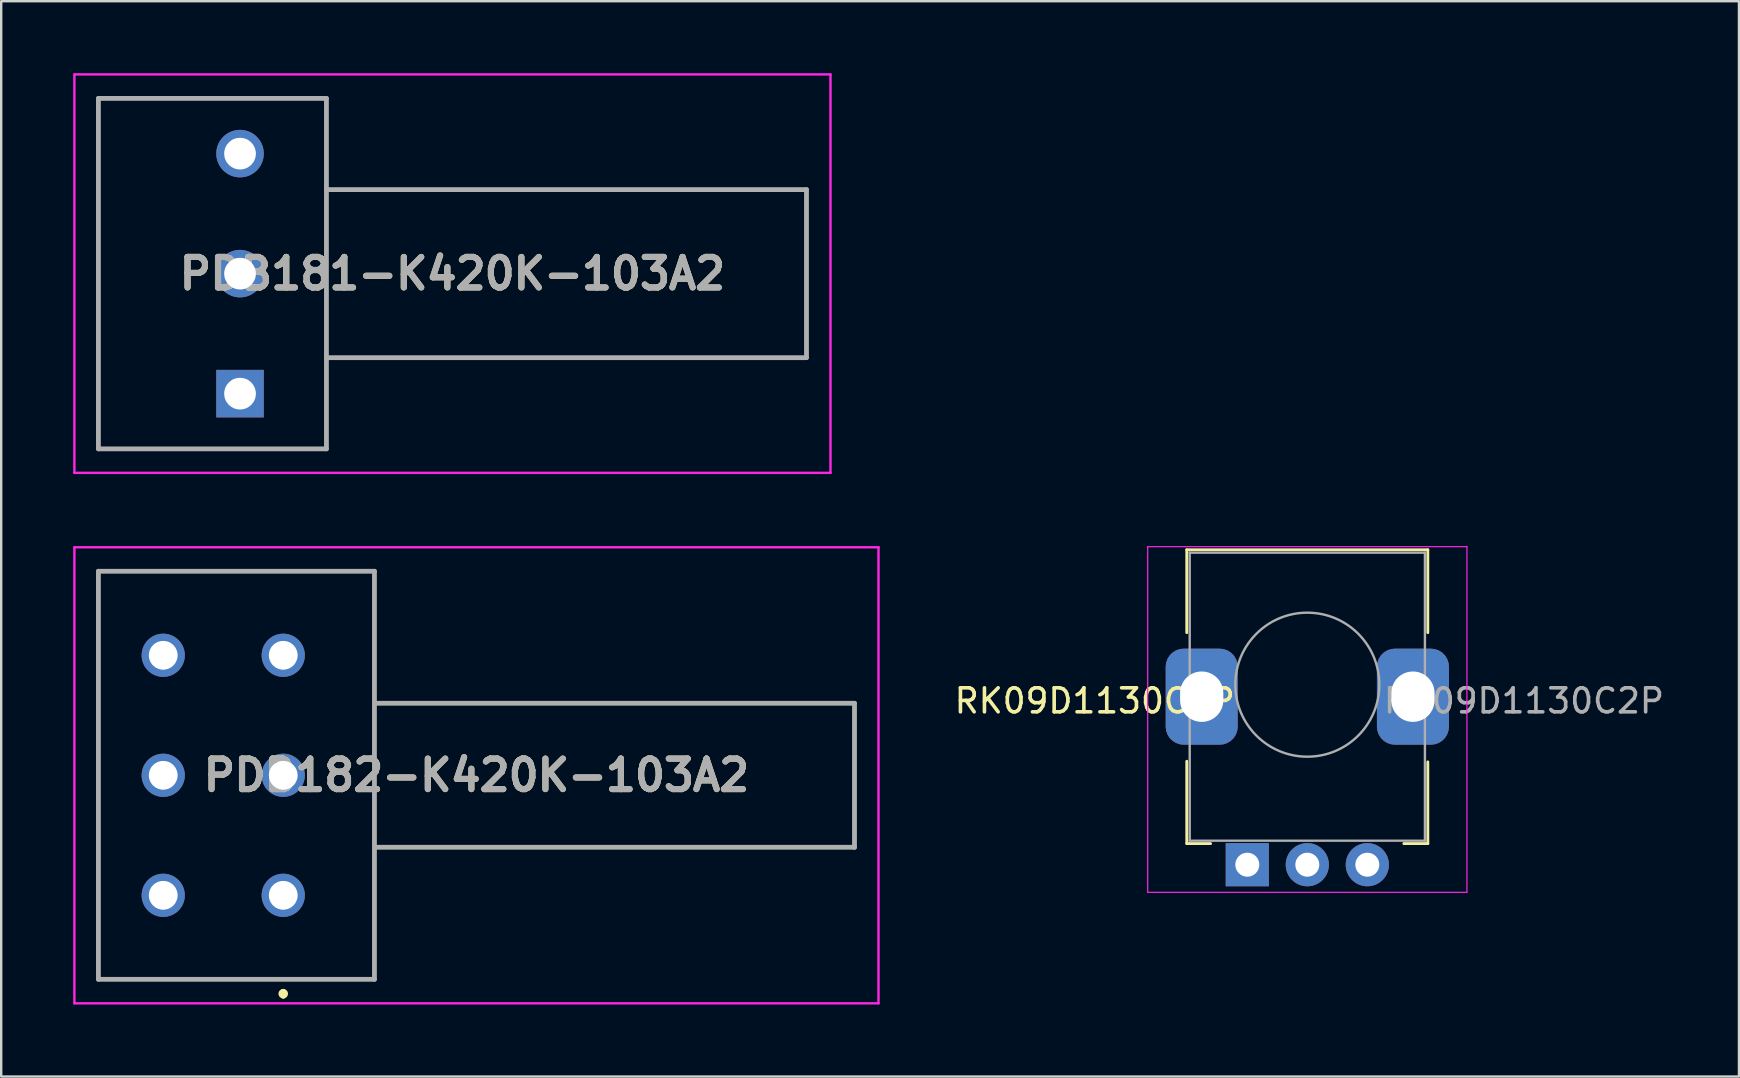
<source format=kicad_pcb>
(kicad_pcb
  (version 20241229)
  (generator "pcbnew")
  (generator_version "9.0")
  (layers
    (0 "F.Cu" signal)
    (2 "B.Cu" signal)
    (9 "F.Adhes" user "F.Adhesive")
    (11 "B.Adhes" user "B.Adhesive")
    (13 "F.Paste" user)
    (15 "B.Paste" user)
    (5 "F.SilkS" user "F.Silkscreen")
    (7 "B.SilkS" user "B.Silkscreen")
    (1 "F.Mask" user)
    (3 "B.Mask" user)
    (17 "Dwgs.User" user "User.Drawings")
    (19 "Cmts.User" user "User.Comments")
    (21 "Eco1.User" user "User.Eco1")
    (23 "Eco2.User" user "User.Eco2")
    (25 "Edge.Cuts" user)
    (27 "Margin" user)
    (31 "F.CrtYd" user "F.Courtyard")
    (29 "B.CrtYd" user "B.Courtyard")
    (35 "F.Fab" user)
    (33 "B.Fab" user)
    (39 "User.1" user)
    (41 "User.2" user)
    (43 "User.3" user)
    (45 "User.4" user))
  (footprint "RK09D1130C2P"
    (layer "F.Cu")
    (at 51.415 25.489)
    (property "Reference" "RK09D1130C2P" (at -8.856 0.662 180) (layer "F.SilkS") (effects (font (size 1 1) (thickness 0.15))))
    (attr through_hole)
    (fp_line (start -5.021 -5.634) (end 5.02 -5.634) (stroke (width 0.12) (type solid)) (layer "F.SilkS"))
    (fp_line (start -5.021 -2.182) (end -5.021 -5.634) (stroke (width 0.12) (type solid)) (layer "F.SilkS"))
    (fp_line (start -5.021 6.606) (end -5.021 3.177) (stroke (width 0.12) (type solid)) (layer "F.SilkS"))
    (fp_line (start -5.021 6.606) (end -4.03 6.606) (stroke (width 0.12) (type solid)) (layer "F.SilkS"))
    (fp_line (start 4.021 6.606) (end 5.02 6.606) (stroke (width 0.12) (type solid)) (layer "F.SilkS"))
    (fp_line (start 5.02 -2.182) (end 5.02 -5.634) (stroke (width 0.12) (type solid)) (layer "F.SilkS"))
    (fp_line (start 5.02 6.606) (end 5.02 3.202) (stroke (width 0.12) (type solid)) (layer "F.SilkS"))
    (fp_line (start -6.65 -5.764) (end -6.65 8.636) (stroke (width 0.05) (type solid)) (layer "F.CrtYd"))
    (fp_line (start -6.65 8.636) (end 6.65 8.636) (stroke (width 0.05) (type solid)) (layer "F.CrtYd"))
    (fp_line (start 6.65 -5.764) (end -6.65 -5.764) (stroke (width 0.05) (type solid)) (layer "F.CrtYd"))
    (fp_line (start 6.65 8.636) (end 6.65 -5.764) (stroke (width 0.05) (type solid)) (layer "F.CrtYd"))
    (fp_line (start -4.9 -5.514) (end -4.9 6.486) (stroke (width 0.1) (type solid)) (layer "F.Fab"))
    (fp_line (start -4.9 6.486) (end 4.9 6.486) (stroke (width 0.1) (type solid)) (layer "F.Fab"))
    (fp_line (start 4.9 -5.514) (end -4.9 -5.514) (stroke (width 0.1) (type solid)) (layer "F.Fab"))
    (fp_line (start 4.9 6.486) (end 4.9 -5.514) (stroke (width 0.1) (type solid)) (layer "F.Fab"))
    (fp_circle (center 0 -0.014) (end 0 -3.014) (stroke (width 0.1) (type solid)) (fill no) (layer "F.Fab"))
    (fp_text user "${REFERENCE}" (at 9.025 0.662 180) (layer "F.Fab") (effects (font (size 1 1) (thickness 0.15))))
    (pad "1" thru_hole rect (at -2.5 7.486 90) (size 1.8 1.8) (drill 1) (layers "*.Cu" "*.Mask"))
    (pad "2" thru_hole circle (at 0 7.486 90) (size 1.8 1.8) (drill 1) (layers "*.Cu" "*.Mask"))
    (pad "3" thru_hole circle (at 2.5 7.486 90) (size 1.8 1.8) (drill 1) (layers "*.Cu" "*.Mask"))
    (pad "MP" thru_hole roundrect (at -4.4 0.486 90) (size 4 3) (drill oval 2.1 1.8) (layers "*.Cu" "*.Mask") (roundrect_rratio 0.25))
    (pad "MP" thru_hole roundrect (at 4.4 0.486 90) (size 4 3) (drill oval 2.1 1.8) (layers "*.Cu" "*.Mask") (roundrect_rratio 0.25)))
  (footprint "PDB182-K420K-103A2"
    (layer "F.Cu")
    (at 8.75 34.25)
    (property "Reference" "PDB182-K420K-103A2" (at 8.05 -5 0) (layer "F.SilkS") (effects (font (size 1.27 1.27) (thickness 0.254))))
    (attr through_hole)
    (fp_line (start -7.7 -13.5) (end 3.8 -13.5) (stroke (width 0.1) (type solid)) (layer "F.SilkS"))
    (fp_line (start -7.7 3.5) (end -7.7 -13.5) (stroke (width 0.1) (type solid)) (layer "F.SilkS"))
    (fp_line (start 0 4) (end 0 4) (stroke (width 0.2) (type solid)) (layer "F.SilkS"))
    (fp_line (start 0 4.2) (end 0 4.2) (stroke (width 0.2) (type solid)) (layer "F.SilkS"))
    (fp_line (start 3.8 -13.5) (end 3.8 3.5) (stroke (width 0.1) (type solid)) (layer "F.SilkS"))
    (fp_line (start 3.8 3.5) (end -7.7 3.5) (stroke (width 0.1) (type solid)) (layer "F.SilkS"))
    (fp_arc (start 0 4) (mid 0.1 4.1) (end 0 4.2) (stroke (width 0.2) (type solid)) (layer "F.SilkS"))
    (fp_arc (start 0 4.2) (mid -0.1 4.1) (end 0 4) (stroke (width 0.2) (type solid)) (layer "F.SilkS"))
    (fp_line (start -8.7 -14.5) (end 24.8 -14.5) (stroke (width 0.1) (type solid)) (layer "F.CrtYd"))
    (fp_line (start -8.7 4.5) (end -8.7 -14.5) (stroke (width 0.1) (type solid)) (layer "F.CrtYd"))
    (fp_line (start 24.8 -14.5) (end 24.8 4.5) (stroke (width 0.1) (type solid)) (layer "F.CrtYd"))
    (fp_line (start 24.8 4.5) (end -8.7 4.5) (stroke (width 0.1) (type solid)) (layer "F.CrtYd"))
    (fp_line (start -7.7 -13.5) (end 3.8 -13.5) (stroke (width 0.2) (type solid)) (layer "F.Fab"))
    (fp_line (start -7.7 3.5) (end -7.7 -13.5) (stroke (width 0.2) (type solid)) (layer "F.Fab"))
    (fp_line (start 3.8 -13.5) (end 3.8 3.5) (stroke (width 0.2) (type solid)) (layer "F.Fab"))
    (fp_line (start 3.8 -8) (end 23.8 -8) (stroke (width 0.2) (type solid)) (layer "F.Fab"))
    (fp_line (start 3.8 3.5) (end -7.7 3.5) (stroke (width 0.2) (type solid)) (layer "F.Fab"))
    (fp_line (start 23.8 -8) (end 23.8 -2) (stroke (width 0.2) (type solid)) (layer "F.Fab"))
    (fp_line (start 23.8 -2) (end 3.8 -2) (stroke (width 0.2) (type solid)) (layer "F.Fab"))
    (fp_text user "${REFERENCE}" (at 8.05 -5 0) (layer "F.Fab") (effects (font (size 1.27 1.27) (thickness 0.254))))
    (pad "1" thru_hole circle (at 0 0) (size 1.8 1.8) (drill 1.2) (layers "*.Cu" "*.Mask"))
    (pad "2" thru_hole circle (at 0 -5) (size 1.8 1.8) (drill 1.2) (layers "*.Cu" "*.Mask"))
    (pad "3" thru_hole circle (at 0 -10) (size 1.8 1.8) (drill 1.2) (layers "*.Cu" "*.Mask"))
    (pad "4" thru_hole circle (at -5 0) (size 1.8 1.8) (drill 1.2) (layers "*.Cu" "*.Mask"))
    (pad "5" thru_hole circle (at -5 -5) (size 1.8 1.8) (drill 1.2) (layers "*.Cu" "*.Mask"))
    (pad "6" thru_hole circle (at -5 -10) (size 1.8 1.8) (drill 1.2) (layers "*.Cu" "*.Mask")))
  (footprint "PDB181-K420K-103A2"
    (layer "F.Cu")
    (at 6.95 13.35)
    (property "Reference" "PDB181-K420K-103A2" (at 8.85 -5 0) (layer "F.SilkS") (effects (font (size 1.27 1.27) (thickness 0.254))))
    (attr through_hole)
    (fp_line (start -5.9 -12.3) (end -5.9 2.3) (stroke (width 0.1) (type solid)) (layer "F.SilkS"))
    (fp_line (start -5.9 2.3) (end -1.4 2.3) (stroke (width 0.1) (type solid)) (layer "F.SilkS"))
    (fp_line (start -1.4 -12.3) (end -5.9 -12.3) (stroke (width 0.1) (type solid)) (layer "F.SilkS"))
    (fp_line (start -1.4 -12.3) (end 3.6 -12.3) (stroke (width 0.1) (type solid)) (layer "F.SilkS"))
    (fp_line (start 3.6 -12.3) (end 3.6 2.3) (stroke (width 0.1) (type solid)) (layer "F.SilkS"))
    (fp_line (start 3.6 2.3) (end -1.4 2.3) (stroke (width 0.1) (type solid)) (layer "F.SilkS"))
    (fp_line (start -6.9 -13.3) (end 24.6 -13.3) (stroke (width 0.1) (type solid)) (layer "F.CrtYd"))
    (fp_line (start -6.9 3.3) (end -6.9 -13.3) (stroke (width 0.1) (type solid)) (layer "F.CrtYd"))
    (fp_line (start 24.6 -13.3) (end 24.6 3.3) (stroke (width 0.1) (type solid)) (layer "F.CrtYd"))
    (fp_line (start 24.6 3.3) (end -6.9 3.3) (stroke (width 0.1) (type solid)) (layer "F.CrtYd"))
    (fp_line (start -5.9 -12.3) (end 3.6 -12.3) (stroke (width 0.2) (type solid)) (layer "F.Fab"))
    (fp_line (start -5.9 2.3) (end -5.9 -12.3) (stroke (width 0.2) (type solid)) (layer "F.Fab"))
    (fp_line (start 3.6 -12.3) (end 3.6 2.3) (stroke (width 0.2) (type solid)) (layer "F.Fab"))
    (fp_line (start 3.6 -8.5) (end 23.6 -8.5) (stroke (width 0.2) (type solid)) (layer "F.Fab"))
    (fp_line (start 3.6 2.3) (end -5.9 2.3) (stroke (width 0.2) (type solid)) (layer "F.Fab"))
    (fp_line (start 23.6 -8.5) (end 23.6 -1.5) (stroke (width 0.2) (type solid)) (layer "F.Fab"))
    (fp_line (start 23.6 -1.5) (end 3.6 -1.5) (stroke (width 0.2) (type solid)) (layer "F.Fab"))
    (fp_text user "${REFERENCE}" (at 8.85 -5 0) (layer "F.Fab") (effects (font (size 1.27 1.27) (thickness 0.254))))
    (pad "1" thru_hole rect (at 0 0) (size 1.98 1.98) (drill 1.32) (layers "*.Cu" "*.Mask"))
    (pad "2" thru_hole circle (at 0 -5) (size 1.98 1.98) (drill 1.32) (layers "*.Cu" "*.Mask"))
    (pad "3" thru_hole circle (at 0 -10) (size 1.98 1.98) (drill 1.32) (layers "*.Cu" "*.Mask")))
  (gr_rect
    (start -3 -3)
    (end 69.398 41.8)
    (stroke (width 0.1) (type default))
    (fill no)
    (layer "Edge.Cuts")))
</source>
